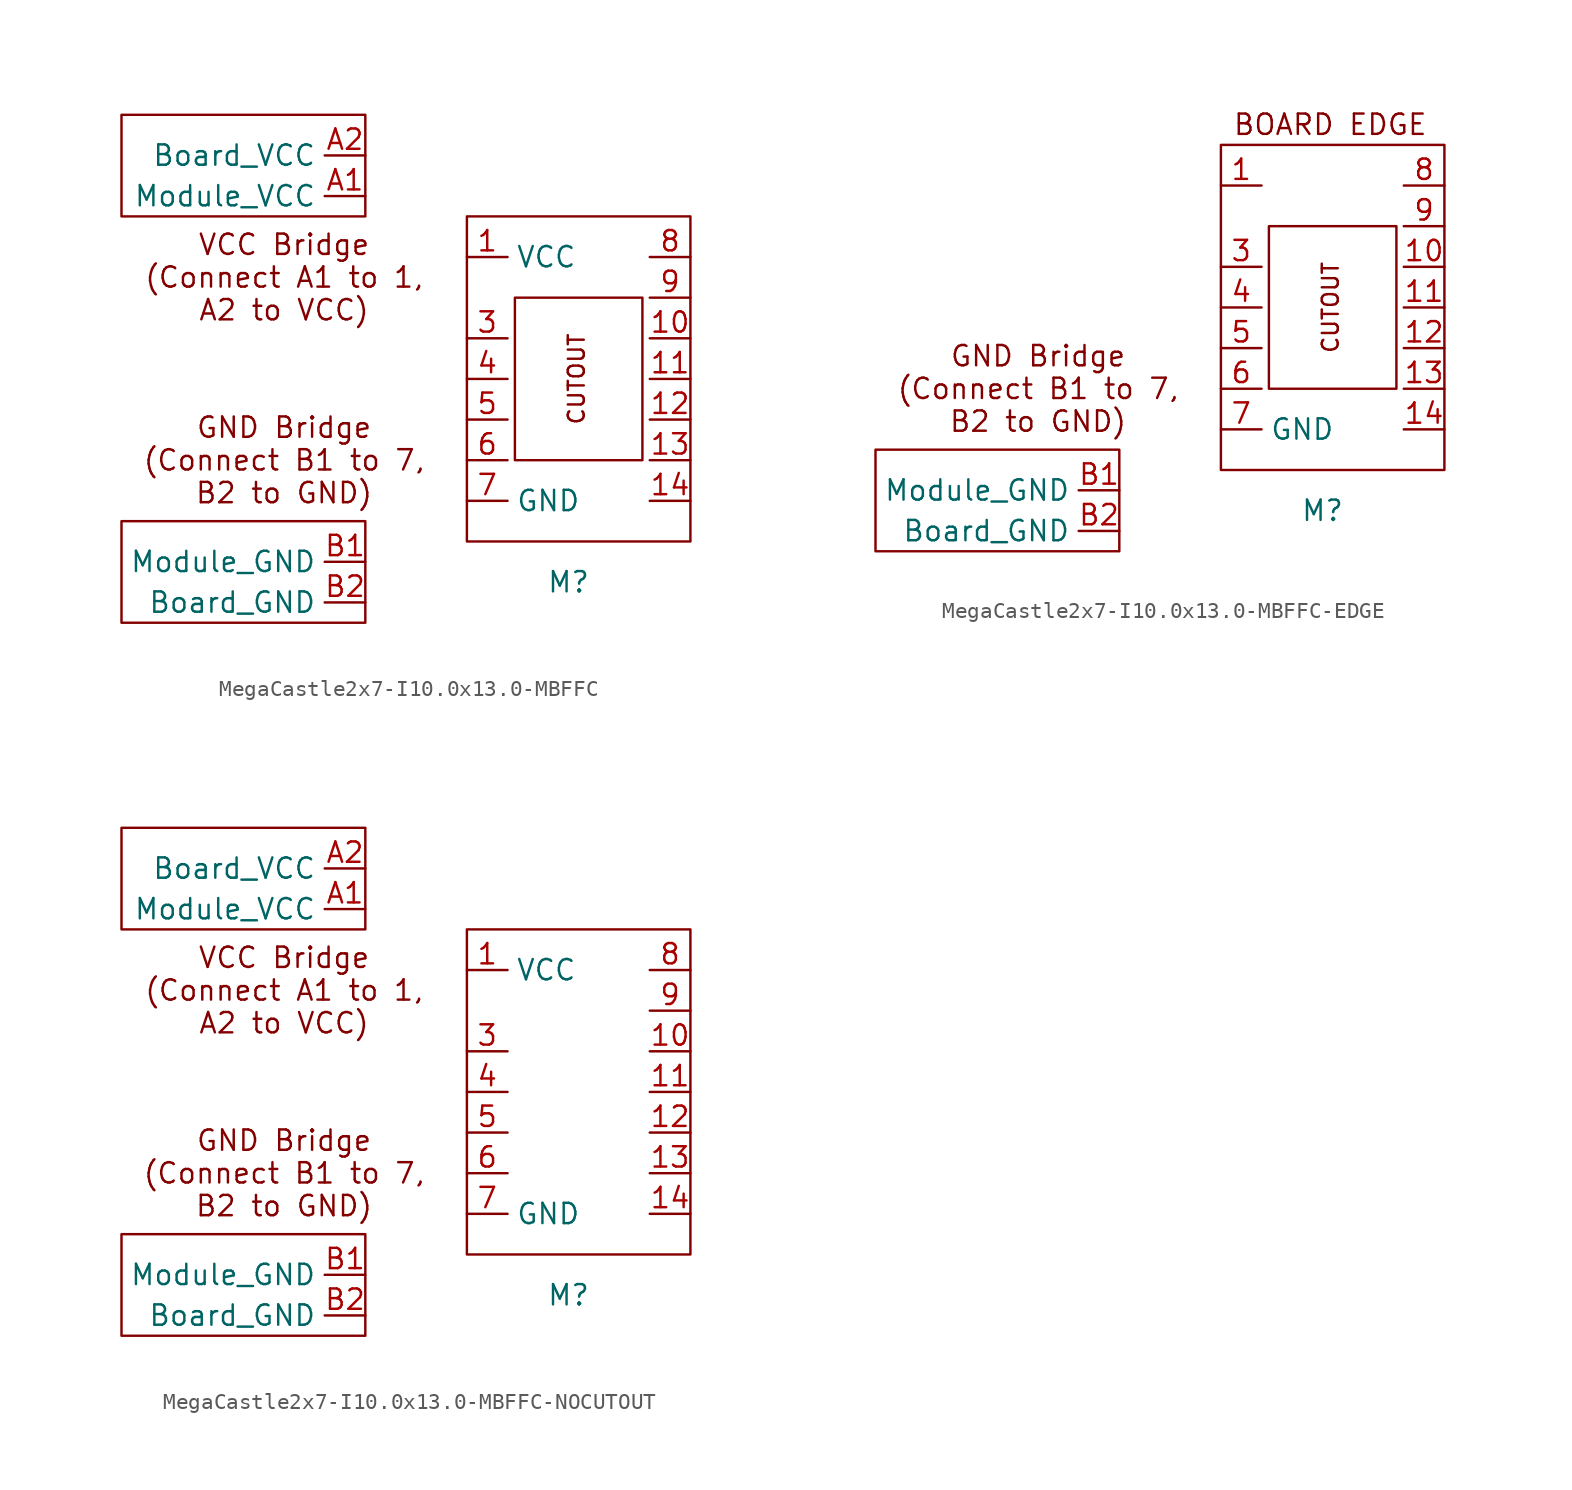
<source format=kicad_sym>
(kicad_symbol_lib
  (version 20241209)
  (generator "kicad_symbol_editor")
  (generator_version "9.0")
  (symbol "MegaCastle2x7-I10.0x13.0-MBFFC"
    (property "Reference" "M"
      (at 0 -12.7 0)
      (effects (font (size 1.27 1.27))))
    (property "Value" ""
      (at 0 5.08 0)
      (effects (font (size 1.27 1.27))))
    (symbol "MegaCastle2x7-I10.0x13.0-MBFFC_0_1"
      (rectangle (start -27.94 16.51) (end -12.7 10.16) (stroke (width 0) (type default)) (fill (type none)))
      (rectangle (start -27.94 -8.89) (end -12.7 -15.24) (stroke (width 0) (type default)) (fill (type none)))
      (rectangle (start -6.35 10.16) (end 7.62 -10.16) (stroke (width 0) (type default)) (fill (type none)))
      (rectangle (start -3.35 5.08) (end 4.62 -5.08) (stroke (width 0) (type default)) (fill (type none))))
    (symbol "MegaCastle2x7-I10.0x13.0-MBFFC_1_1"
      (text "VCC Bridge\n(Connect A1 to 1,\nA2 to VCC)" (at -17.78 6.35 0) (effects (font (size 1.27 1.27))))
      (text "GND Bridge\n(Connect B1 to 7,\nB2 to GND)" (at -17.78 -5.08 0) (effects (font (size 1.27 1.27))))
      (text "CUTOUT" (at 0.5 0 900) (effects (font (size 1 1))))
      (pin bidirectional line (at -12.7 13.97 180) (length 2.54) (name "Board_VCC" (effects (font (size 1.27 1.27)))) (number "A2" (effects (font (size 1.27 1.27)))))
      (pin bidirectional line (at -12.7 11.43 180) (length 2.54) (name "Module_VCC" (effects (font (size 1.27 1.27)))) (number "A1" (effects (font (size 1.27 1.27)))))
      (pin bidirectional line (at -12.7 -11.43 180) (length 2.54) (name "Module_GND" (effects (font (size 1.27 1.27)))) (number "B1" (effects (font (size 1.27 1.27)))))
      (pin bidirectional line (at -12.7 -13.97 180) (length 2.54) (name "Board_GND" (effects (font (size 1.27 1.27)))) (number "B2" (effects (font (size 1.27 1.27)))))
      (pin bidirectional line (at -6.35 7.62 0) (length 2.54) (name "VCC" (effects (font (size 1.27 1.27)))) (number "1" (effects (font (size 1.27 1.27)))))
      (pin bidirectional line (at -6.35 2.54 0) (length 2.54) (name "" (effects (font (size 1.27 1.27)))) (number "3" (effects (font (size 1.27 1.27)))))
      (pin bidirectional line (at -6.35 0 0) (length 2.54) (name "" (effects (font (size 1.27 1.27)))) (number "4" (effects (font (size 1.27 1.27)))))
      (pin bidirectional line (at -6.35 -2.54 0) (length 2.54) (name "" (effects (font (size 1.27 1.27)))) (number "5" (effects (font (size 1.27 1.27)))))
      (pin bidirectional line (at -6.35 -5.08 0) (length 2.54) (name "" (effects (font (size 1.27 1.27)))) (number "6" (effects (font (size 1.27 1.27)))))
      (pin bidirectional line (at -6.35 -7.62 0) (length 2.54) (name "GND" (effects (font (size 1.27 1.27)))) (number "7" (effects (font (size 1.27 1.27)))))
      (pin bidirectional line (at 7.62 7.62 180) (length 2.54) (name "" (effects (font (size 1.27 1.27)))) (number "8" (effects (font (size 1.27 1.27)))))
      (pin bidirectional line (at 7.62 5.08 180) (length 2.54) (name "" (effects (font (size 1.27 1.27)))) (number "9" (effects (font (size 1.27 1.27)))))
      (pin bidirectional line (at 7.62 2.54 180) (length 2.54) (name "" (effects (font (size 1.27 1.27)))) (number "10" (effects (font (size 1.27 1.27)))))
      (pin bidirectional line (at 7.62 0 180) (length 2.54) (name "" (effects (font (size 1.27 1.27)))) (number "11" (effects (font (size 1.27 1.27)))))
      (pin bidirectional line (at 7.62 -2.54 180) (length 2.54) (name "" (effects (font (size 1.27 1.27)))) (number "12" (effects (font (size 1.27 1.27)))))
      (pin bidirectional line (at 7.62 -5.08 180) (length 2.54) (name "" (effects (font (size 1.27 1.27)))) (number "13" (effects (font (size 1.27 1.27)))))
      (pin bidirectional line (at 7.62 -7.62 180) (length 2.54) (name "" (effects (font (size 1.27 1.27)))) (number "14" (effects (font (size 1.27 1.27)))))))
  (symbol "MegaCastle2x7-I10.0x13.0-MBFFC-EDGE"
    (property "Reference" "M"
      (at 0 -12.7 0)
      (effects (font (size 1.27 1.27))))
    (property "Value" ""
      (at 0 5.08 0)
      (effects (font (size 1.27 1.27))))
    (symbol "MegaCastle2x7-I10.0x13.0-MBFFC-EDGE_0_1"
      (rectangle (start -27.94 -8.89) (end -12.7 -15.24) (stroke (width 0) (type default)) (fill (type none)))
      (rectangle (start -6.35 10.16) (end 7.62 -10.16) (stroke (width 0) (type default)) (fill (type none)))
      (rectangle (start -3.35 5.08) (end 4.62 -5.08) (stroke (width 0) (type default)) (fill (type none))))
    (symbol "MegaCastle2x7-I10.0x13.0-MBFFC-EDGE_1_1"
      (text "GND Bridge\n(Connect B1 to 7,\nB2 to GND)" (at -17.78 -5.08 0) (effects (font (size 1.27 1.27))))
      (text " BOARD EDGE" (at 0 11.43 0) (effects (font (size 1.27 1.27))))
      (text "CUTOUT" (at 0.5 0 900) (effects (font (size 1 1))))
      (pin bidirectional line (at -12.7 -11.43 180) (length 2.54) (name "Module_GND" (effects (font (size 1.27 1.27)))) (number "B1" (effects (font (size 1.27 1.27)))))
      (pin bidirectional line (at -12.7 -13.97 180) (length 2.54) (name "Board_GND" (effects (font (size 1.27 1.27)))) (number "B2" (effects (font (size 1.27 1.27)))))
      (pin bidirectional line (at -6.35 7.62 0) (length 2.54) (name "" (effects (font (size 1.27 1.27)))) (number "1" (effects (font (size 1.27 1.27)))))
      (pin bidirectional line (at -6.35 2.54 0) (length 2.54) (name "" (effects (font (size 1.27 1.27)))) (number "3" (effects (font (size 1.27 1.27)))))
      (pin bidirectional line (at -6.35 0 0) (length 2.54) (name "" (effects (font (size 1.27 1.27)))) (number "4" (effects (font (size 1.27 1.27)))))
      (pin bidirectional line (at -6.35 -2.54 0) (length 2.54) (name "" (effects (font (size 1.27 1.27)))) (number "5" (effects (font (size 1.27 1.27)))))
      (pin bidirectional line (at -6.35 -5.08 0) (length 2.54) (name "" (effects (font (size 1.27 1.27)))) (number "6" (effects (font (size 1.27 1.27)))))
      (pin bidirectional line (at -6.35 -7.62 0) (length 2.54) (name "GND" (effects (font (size 1.27 1.27)))) (number "7" (effects (font (size 1.27 1.27)))))
      (pin bidirectional line (at 7.62 7.62 180) (length 2.54) (name "" (effects (font (size 1.27 1.27)))) (number "8" (effects (font (size 1.27 1.27)))))
      (pin bidirectional line (at 7.62 5.08 180) (length 2.54) (name "" (effects (font (size 1.27 1.27)))) (number "9" (effects (font (size 1.27 1.27)))))
      (pin bidirectional line (at 7.62 2.54 180) (length 2.54) (name "" (effects (font (size 1.27 1.27)))) (number "10" (effects (font (size 1.27 1.27)))))
      (pin bidirectional line (at 7.62 0 180) (length 2.54) (name "" (effects (font (size 1.27 1.27)))) (number "11" (effects (font (size 1.27 1.27)))))
      (pin bidirectional line (at 7.62 -2.54 180) (length 2.54) (name "" (effects (font (size 1.27 1.27)))) (number "12" (effects (font (size 1.27 1.27)))))
      (pin bidirectional line (at 7.62 -5.08 180) (length 2.54) (name "" (effects (font (size 1.27 1.27)))) (number "13" (effects (font (size 1.27 1.27)))))
      (pin bidirectional line (at 7.62 -7.62 180) (length 2.54) (name "" (effects (font (size 1.27 1.27)))) (number "14" (effects (font (size 1.27 1.27)))))))
  (symbol "MegaCastle2x7-I10.0x13.0-MBFFC-NOCUTOUT"
    (property "Reference" "M"
      (at 0 -12.7 0)
      (effects (font (size 1.27 1.27))))
    (property "Value" ""
      (at 0 5.08 0)
      (effects (font (size 1.27 1.27))))
    (symbol "MegaCastle2x7-I10.0x13.0-MBFFC-NOCUTOUT_0_1"
      (rectangle (start -27.94 16.51) (end -12.7 10.16) (stroke (width 0) (type default)) (fill (type none)))
      (rectangle (start -27.94 -8.89) (end -12.7 -15.24) (stroke (width 0) (type default)) (fill (type none)))
      (rectangle (start -6.35 10.16) (end 7.62 -10.16) (stroke (width 0) (type default)) (fill (type none))))
    (symbol "MegaCastle2x7-I10.0x13.0-MBFFC-NOCUTOUT_1_1"
      (text "VCC Bridge\n(Connect A1 to 1,\nA2 to VCC)" (at -17.78 6.35 0) (effects (font (size 1.27 1.27))))
      (text "GND Bridge\n(Connect B1 to 7,\nB2 to GND)" (at -17.78 -5.08 0) (effects (font (size 1.27 1.27))))
      (pin bidirectional line (at -12.7 13.97 180) (length 2.54) (name "Board_VCC" (effects (font (size 1.27 1.27)))) (number "A2" (effects (font (size 1.27 1.27)))))
      (pin bidirectional line (at -12.7 11.43 180) (length 2.54) (name "Module_VCC" (effects (font (size 1.27 1.27)))) (number "A1" (effects (font (size 1.27 1.27)))))
      (pin bidirectional line (at -12.7 -11.43 180) (length 2.54) (name "Module_GND" (effects (font (size 1.27 1.27)))) (number "B1" (effects (font (size 1.27 1.27)))))
      (pin bidirectional line (at -12.7 -13.97 180) (length 2.54) (name "Board_GND" (effects (font (size 1.27 1.27)))) (number "B2" (effects (font (size 1.27 1.27)))))
      (pin bidirectional line (at -6.35 7.62 0) (length 2.54) (name "VCC" (effects (font (size 1.27 1.27)))) (number "1" (effects (font (size 1.27 1.27)))))
      (pin bidirectional line (at -6.35 2.54 0) (length 2.54) (name "" (effects (font (size 1.27 1.27)))) (number "3" (effects (font (size 1.27 1.27)))))
      (pin bidirectional line (at -6.35 0 0) (length 2.54) (name "" (effects (font (size 1.27 1.27)))) (number "4" (effects (font (size 1.27 1.27)))))
      (pin bidirectional line (at -6.35 -2.54 0) (length 2.54) (name "" (effects (font (size 1.27 1.27)))) (number "5" (effects (font (size 1.27 1.27)))))
      (pin bidirectional line (at -6.35 -5.08 0) (length 2.54) (name "" (effects (font (size 1.27 1.27)))) (number "6" (effects (font (size 1.27 1.27)))))
      (pin bidirectional line (at -6.35 -7.62 0) (length 2.54) (name "GND" (effects (font (size 1.27 1.27)))) (number "7" (effects (font (size 1.27 1.27)))))
      (pin bidirectional line (at 7.62 7.62 180) (length 2.54) (name "" (effects (font (size 1.27 1.27)))) (number "8" (effects (font (size 1.27 1.27)))))
      (pin bidirectional line (at 7.62 5.08 180) (length 2.54) (name "" (effects (font (size 1.27 1.27)))) (number "9" (effects (font (size 1.27 1.27)))))
      (pin bidirectional line (at 7.62 2.54 180) (length 2.54) (name "" (effects (font (size 1.27 1.27)))) (number "10" (effects (font (size 1.27 1.27)))))
      (pin bidirectional line (at 7.62 0 180) (length 2.54) (name "" (effects (font (size 1.27 1.27)))) (number "11" (effects (font (size 1.27 1.27)))))
      (pin bidirectional line (at 7.62 -2.54 180) (length 2.54) (name "" (effects (font (size 1.27 1.27)))) (number "12" (effects (font (size 1.27 1.27)))))
      (pin bidirectional line (at 7.62 -5.08 180) (length 2.54) (name "" (effects (font (size 1.27 1.27)))) (number "13" (effects (font (size 1.27 1.27)))))
      (pin bidirectional line (at 7.62 -7.62 180) (length 2.54) (name "" (effects (font (size 1.27 1.27)))) (number "14" (effects (font (size 1.27 1.27))))))))
</source>
